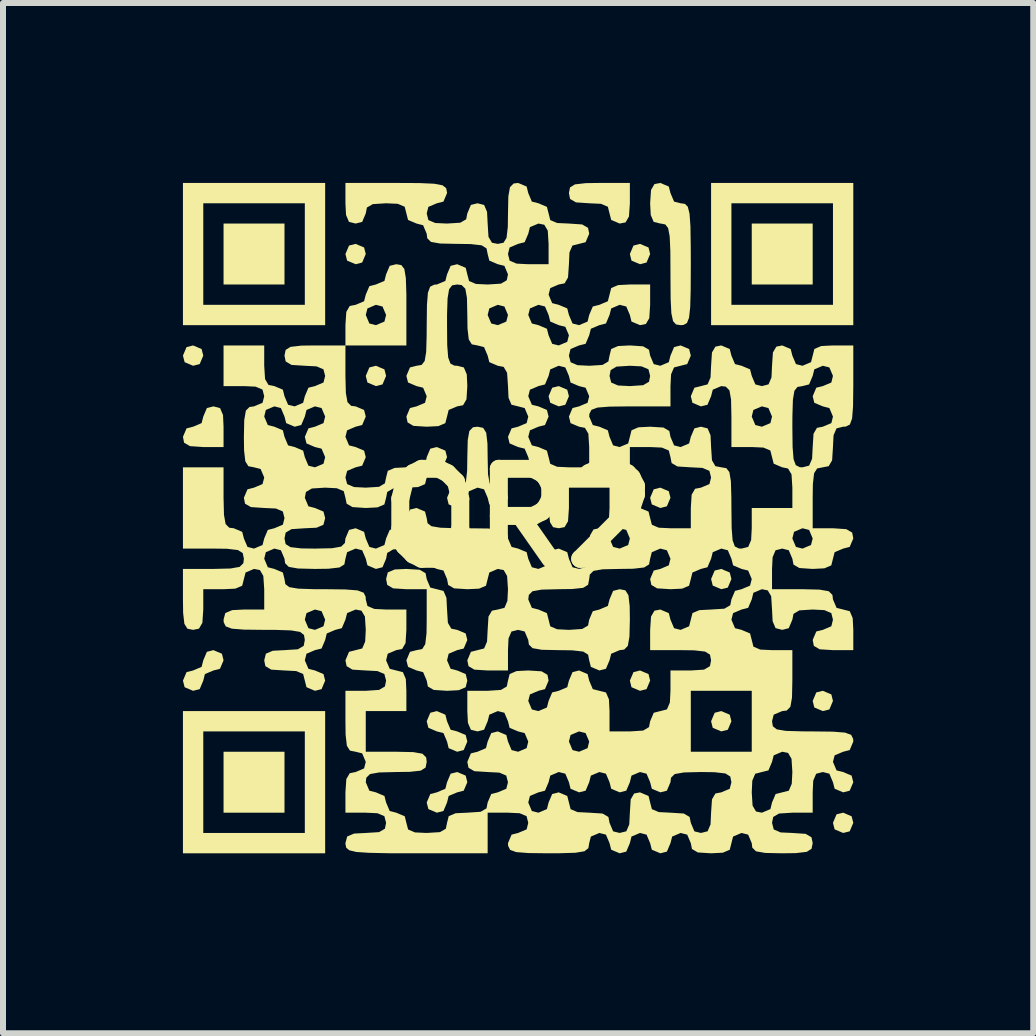
<source format=kicad_pcb>
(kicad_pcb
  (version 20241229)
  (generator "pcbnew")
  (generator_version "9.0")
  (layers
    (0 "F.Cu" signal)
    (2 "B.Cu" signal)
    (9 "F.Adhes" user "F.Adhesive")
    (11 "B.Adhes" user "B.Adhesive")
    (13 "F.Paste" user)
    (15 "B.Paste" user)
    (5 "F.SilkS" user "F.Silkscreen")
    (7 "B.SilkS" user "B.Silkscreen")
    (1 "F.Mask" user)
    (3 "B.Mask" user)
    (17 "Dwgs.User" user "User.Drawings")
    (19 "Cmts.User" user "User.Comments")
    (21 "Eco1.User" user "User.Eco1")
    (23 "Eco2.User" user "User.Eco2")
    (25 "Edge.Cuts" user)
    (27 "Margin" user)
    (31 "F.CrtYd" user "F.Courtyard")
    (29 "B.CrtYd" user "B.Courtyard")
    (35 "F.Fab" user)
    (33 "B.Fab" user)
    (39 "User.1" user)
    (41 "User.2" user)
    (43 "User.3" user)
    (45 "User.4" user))
  (footprint "QR2"
    (layer "F.Cu")
    (at 5.588 5.588)
    (property "Reference" "QR2" (at 0 0 0) (layer "F.SilkS") (effects (font (size 1.5 1.5) (thickness 0.3))))
    (attr board_only exclude_from_pos_files exclude_from_bom)
    (fp_poly (pts (xy -5.277 -2.819) (xy -5.249 -2.709) (xy -5.309 -2.568) (xy -5.419 -2.54) (xy -5.56 -2.6) (xy -5.588 -2.709) (xy -5.528 -2.851) (xy -5.419 -2.879)) (stroke (width 0) (type solid)) (fill yes) (layer "F.SilkS"))
    (fp_poly (pts (xy -3.895 -4.403) (xy -3.895 -3.895) (xy -4.403 -3.895) (xy -4.911 -3.895) (xy -4.911 -4.403) (xy -4.911 -4.911) (xy -4.403 -4.911) (xy -3.895 -4.911)) (stroke (width 0) (type solid)) (fill yes) (layer "F.SilkS"))
    (fp_poly (pts (xy -3.895 4.403) (xy -3.895 4.911) (xy -4.403 4.911) (xy -4.911 4.911) (xy -4.911 4.403) (xy -4.911 3.895) (xy -4.403 3.895) (xy -3.895 3.895)) (stroke (width 0) (type solid)) (fill yes) (layer "F.SilkS"))
    (fp_poly (pts (xy -2.568 -4.512) (xy -2.54 -4.403) (xy -2.6 -4.261) (xy -2.709 -4.233) (xy -2.851 -4.293) (xy -2.879 -4.403) (xy -2.819 -4.544) (xy -2.709 -4.572)) (stroke (width 0) (type solid)) (fill yes) (layer "F.SilkS"))
    (fp_poly (pts (xy -2.229 -2.48) (xy -2.201 -2.371) (xy -2.261 -2.229) (xy -2.371 -2.201) (xy -2.512 -2.261) (xy -2.54 -2.371) (xy -2.48 -2.512) (xy -2.371 -2.54)) (stroke (width 0) (type solid)) (fill yes) (layer "F.SilkS"))
    (fp_poly (pts (xy 0.819 -2.141) (xy 0.847 -2.032) (xy 0.787 -1.89) (xy 0.677 -1.863) (xy 0.536 -1.923) (xy 0.508 -2.032) (xy 0.568 -2.174) (xy 0.677 -2.201)) (stroke (width 0) (type solid)) (fill yes) (layer "F.SilkS"))
    (fp_poly (pts (xy 2.174 -4.512) (xy 2.201 -4.403) (xy 2.141 -4.261) (xy 2.032 -4.233) (xy 1.89 -4.293) (xy 1.863 -4.403) (xy 1.923 -4.544) (xy 2.032 -4.572)) (stroke (width 0) (type solid)) (fill yes) (layer "F.SilkS"))
    (fp_poly (pts (xy 2.174 2.6) (xy 2.201 2.709) (xy 2.141 2.851) (xy 2.032 2.879) (xy 1.89 2.819) (xy 1.863 2.709) (xy 1.923 2.568) (xy 2.032 2.54)) (stroke (width 0) (type solid)) (fill yes) (layer "F.SilkS"))
    (fp_poly (pts (xy 2.512 -0.448) (xy 2.54 -0.339) (xy 2.48 -0.197) (xy 2.371 -0.169) (xy 2.229 -0.229) (xy 2.201 -0.339) (xy 2.261 -0.48) (xy 2.371 -0.508)) (stroke (width 0) (type solid)) (fill yes) (layer "F.SilkS"))
    (fp_poly (pts (xy 3.528 0.907) (xy 3.556 1.016) (xy 3.496 1.158) (xy 3.387 1.185) (xy 3.245 1.125) (xy 3.217 1.016) (xy 3.277 0.874) (xy 3.387 0.847)) (stroke (width 0) (type solid)) (fill yes) (layer "F.SilkS"))
    (fp_poly (pts (xy 3.528 3.277) (xy 3.556 3.387) (xy 3.496 3.528) (xy 3.387 3.556) (xy 3.245 3.496) (xy 3.217 3.387) (xy 3.277 3.245) (xy 3.387 3.217)) (stroke (width 0) (type solid)) (fill yes) (layer "F.SilkS"))
    (fp_poly (pts (xy 4.911 -4.403) (xy 4.911 -3.895) (xy 4.403 -3.895) (xy 3.895 -3.895) (xy 3.895 -4.403) (xy 3.895 -4.911) (xy 4.403 -4.911) (xy 4.911 -4.911)) (stroke (width 0) (type solid)) (fill yes) (layer "F.SilkS"))
    (fp_poly (pts (xy 5.222 2.939) (xy 5.249 3.048) (xy 5.189 3.19) (xy 5.08 3.217) (xy 4.938 3.157) (xy 4.911 3.048) (xy 4.971 2.906) (xy 5.08 2.879)) (stroke (width 0) (type solid)) (fill yes) (layer "F.SilkS"))
    (fp_poly (pts (xy 5.56 4.971) (xy 5.588 5.08) (xy 5.528 5.222) (xy 5.419 5.249) (xy 5.277 5.189) (xy 5.249 5.08) (xy 5.309 4.938) (xy 5.419 4.911)) (stroke (width 0) (type solid)) (fill yes) (layer "F.SilkS"))
    (fp_poly (pts (xy -4.969 -1.834) (xy -4.92 -1.719) (xy -4.911 -1.524) (xy -4.911 -1.185) (xy -5.249 -1.185) (xy -5.471 -1.2) (xy -5.569 -1.257) (xy -5.588 -1.355) (xy -5.528 -1.496) (xy -5.419 -1.524) (xy -5.277 -1.584) (xy -5.249 -1.693) (xy -5.189 -1.835) (xy -5.08 -1.863)) (stroke (width 0) (type solid)) (fill yes) (layer "F.SilkS"))
    (fp_poly (pts (xy -4.938 2.261) (xy -4.911 2.371) (xy -4.971 2.512) (xy -5.08 2.54) (xy -5.222 2.6) (xy -5.249 2.709) (xy -5.309 2.851) (xy -5.419 2.879) (xy -5.56 2.819) (xy -5.588 2.709) (xy -5.528 2.568) (xy -5.419 2.54) (xy -5.277 2.48) (xy -5.249 2.371) (xy -5.189 2.229) (xy -5.08 2.201)) (stroke (width 0) (type solid)) (fill yes) (layer "F.SilkS"))
    (fp_poly (pts (xy -1.213 3.277) (xy -1.185 3.387) (xy -1.125 3.528) (xy -1.016 3.556) (xy -0.874 3.616) (xy -0.847 3.725) (xy -0.907 3.867) (xy -1.016 3.895) (xy -1.158 3.835) (xy -1.185 3.725) (xy -1.245 3.584) (xy -1.355 3.556) (xy -1.496 3.496) (xy -1.524 3.387) (xy -1.464 3.245) (xy -1.355 3.217)) (stroke (width 0) (type solid)) (fill yes) (layer "F.SilkS"))
    (fp_poly (pts (xy -0.874 4.293) (xy -0.847 4.403) (xy -0.907 4.544) (xy -1.016 4.572) (xy -1.158 4.632) (xy -1.185 4.741) (xy -1.245 4.883) (xy -1.355 4.911) (xy -1.496 4.851) (xy -1.524 4.741) (xy -1.464 4.6) (xy -1.355 4.572) (xy -1.213 4.512) (xy -1.185 4.403) (xy -1.125 4.261) (xy -1.016 4.233)) (stroke (width 0) (type solid)) (fill yes) (layer "F.SilkS"))
    (fp_poly (pts (xy 1.863 -5.249) (xy 1.848 -5.028) (xy 1.791 -4.93) (xy 1.693 -4.911) (xy 1.552 -4.971) (xy 1.524 -5.08) (xy 1.496 -5.191) (xy 1.381 -5.24) (xy 1.185 -5.249) (xy 0.964 -5.264) (xy 0.866 -5.321) (xy 0.847 -5.419) (xy 0.865 -5.513) (xy 0.947 -5.564) (xy 1.13 -5.585) (xy 1.355 -5.588) (xy 1.863 -5.588)) (stroke (width 0) (type solid)) (fill yes) (layer "F.SilkS"))
    (fp_poly (pts (xy -3.217 -4.403) (xy -3.217 -3.217) (xy -4.403 -3.217) (xy -5.588 -3.217) (xy -5.588 -4.403) (xy -5.588 -5.249) (xy -5.249 -5.249) (xy -5.249 -4.403) (xy -5.249 -3.556) (xy -4.403 -3.556) (xy -3.556 -3.556) (xy -3.556 -4.403) (xy -3.556 -5.249) (xy -4.403 -5.249) (xy -5.249 -5.249) (xy -5.588 -5.249) (xy -5.588 -5.588) (xy -4.403 -5.588) (xy -3.217 -5.588)) (stroke (width 0) (type solid)) (fill yes) (layer "F.SilkS"))
    (fp_poly (pts (xy -3.217 4.403) (xy -3.217 5.588) (xy -4.403 5.588) (xy -5.588 5.588) (xy -5.588 4.403) (xy -5.588 3.556) (xy -5.249 3.556) (xy -5.249 4.403) (xy -5.249 5.249) (xy -4.403 5.249) (xy -3.556 5.249) (xy -3.556 4.403) (xy -3.556 3.556) (xy -4.403 3.556) (xy -5.249 3.556) (xy -5.588 3.556) (xy -5.588 3.217) (xy -4.403 3.217) (xy -3.217 3.217)) (stroke (width 0) (type solid)) (fill yes) (layer "F.SilkS"))
    (fp_poly (pts (xy 5.588 -4.403) (xy 5.588 -3.217) (xy 4.403 -3.217) (xy 3.217 -3.217) (xy 3.217 -4.403) (xy 3.217 -5.249) (xy 3.556 -5.249) (xy 3.556 -4.403) (xy 3.556 -3.556) (xy 4.403 -3.556) (xy 5.249 -3.556) (xy 5.249 -4.403) (xy 5.249 -5.249) (xy 4.403 -5.249) (xy 3.556 -5.249) (xy 3.217 -5.249) (xy 3.217 -5.588) (xy 4.403 -5.588) (xy 5.588 -5.588)) (stroke (width 0) (type solid)) (fill yes) (layer "F.SilkS"))
    (fp_poly (pts (xy -0.583 -1.505) (xy -0.532 -1.424) (xy -0.511 -1.241) (xy -0.508 -1.016) (xy -0.502 -0.732) (xy -0.475 -0.579) (xy -0.414 -0.517) (xy -0.339 -0.508) (xy -0.197 -0.448) (xy -0.169 -0.339) (xy -0.229 -0.197) (xy -0.339 -0.169) (xy -0.48 -0.229) (xy -0.508 -0.339) (xy -0.568 -0.48) (xy -0.677 -0.508) (xy -0.819 -0.448) (xy -0.847 -0.339) (xy -0.907 -0.197) (xy -1.016 -0.169) (xy -1.158 -0.229) (xy -1.185 -0.339) (xy -1.125 -0.48) (xy -1.016 -0.508) (xy -0.921 -0.527) (xy -0.87 -0.608) (xy -0.85 -0.791) (xy -0.847 -1.016) (xy -0.84 -1.3) (xy -0.813 -1.453) (xy -0.752 -1.515) (xy -0.677 -1.524)) (stroke (width 0) (type solid)) (fill yes) (layer "F.SilkS"))
    (fp_poly (pts (xy 2.512 -5.528) (xy 2.54 -5.419) (xy 2.6 -5.277) (xy 2.709 -5.249) (xy 2.781 -5.239) (xy 2.829 -5.191) (xy 2.858 -5.075) (xy 2.873 -4.865) (xy 2.878 -4.532) (xy 2.879 -4.233) (xy 2.877 -3.804) (xy 2.869 -3.517) (xy 2.85 -3.342) (xy 2.815 -3.253) (xy 2.759 -3.221) (xy 2.709 -3.217) (xy 2.632 -3.229) (xy 2.583 -3.284) (xy 2.555 -3.414) (xy 2.543 -3.648) (xy 2.54 -4.019) (xy 2.54 -4.064) (xy 2.538 -4.449) (xy 2.527 -4.696) (xy 2.501 -4.835) (xy 2.454 -4.896) (xy 2.38 -4.911) (xy 2.371 -4.911) (xy 2.26 -4.939) (xy 2.211 -5.054) (xy 2.201 -5.249) (xy 2.216 -5.471) (xy 2.273 -5.569) (xy 2.371 -5.588)) (stroke (width 0) (type solid)) (fill yes) (layer "F.SilkS"))
    (fp_poly (pts (xy -1.641 0.861) (xy -1.543 0.918) (xy -1.524 1.016) (xy -1.464 1.158) (xy -1.355 1.185) (xy -1.244 1.214) (xy -1.195 1.329) (xy -1.185 1.524) (xy -1.171 1.746) (xy -1.114 1.843) (xy -1.016 1.863) (xy -0.874 1.923) (xy -0.847 2.032) (xy -0.907 2.174) (xy -1.016 2.201) (xy -1.158 2.261) (xy -1.185 2.371) (xy -1.125 2.512) (xy -1.016 2.54) (xy -0.874 2.6) (xy -0.847 2.709) (xy -0.875 2.82) (xy -0.99 2.869) (xy -1.185 2.879) (xy -1.407 2.864) (xy -1.505 2.807) (xy -1.524 2.709) (xy -1.584 2.568) (xy -1.693 2.54) (xy -1.835 2.48) (xy -1.863 2.371) (xy -1.803 2.229) (xy -1.693 2.201) (xy -1.599 2.183) (xy -1.548 2.101) (xy -1.527 1.918) (xy -1.524 1.693) (xy -1.524 1.185) (xy -1.863 1.185) (xy -2.084 1.171) (xy -2.182 1.114) (xy -2.201 1.016) (xy -2.173 0.905) (xy -2.058 0.856) (xy -1.863 0.847)) (stroke (width 0) (type solid)) (fill yes) (layer "F.SilkS"))
    (fp_poly (pts (xy -1.647 -5.586) (xy -1.4 -5.575) (xy -1.261 -5.549) (xy -1.2 -5.502) (xy -1.185 -5.428) (xy -1.185 -5.419) (xy -1.245 -5.277) (xy -1.355 -5.249) (xy -1.496 -5.189) (xy -1.524 -5.08) (xy -1.496 -4.969) (xy -1.381 -4.92) (xy -1.185 -4.911) (xy -0.964 -4.925) (xy -0.866 -4.982) (xy -0.847 -5.08) (xy -0.787 -5.222) (xy -0.677 -5.249) (xy -0.567 -5.221) (xy -0.518 -5.106) (xy -0.508 -4.911) (xy -0.494 -4.689) (xy -0.436 -4.591) (xy -0.339 -4.572) (xy -0.244 -4.591) (xy -0.193 -4.672) (xy -0.172 -4.855) (xy -0.169 -5.08) (xy -0.163 -5.364) (xy -0.136 -5.517) (xy -0.075 -5.579) (xy 0 -5.588) (xy 0.142 -5.528) (xy 0.169 -5.419) (xy 0.229 -5.277) (xy 0.339 -5.249) (xy 0.48 -5.189) (xy 0.508 -5.08) (xy 0.536 -4.969) (xy 0.651 -4.92) (xy 0.847 -4.911) (xy 1.068 -4.896) (xy 1.166 -4.839) (xy 1.185 -4.741) (xy 1.125 -4.6) (xy 1.016 -4.572) (xy 0.905 -4.544) (xy 0.856 -4.429) (xy 0.847 -4.233) (xy 0.832 -4.012) (xy 0.775 -3.914) (xy 0.677 -3.895) (xy 0.536 -3.835) (xy 0.508 -3.725) (xy 0.568 -3.584) (xy 0.677 -3.556) (xy 0.819 -3.496) (xy 0.847 -3.387) (xy 0.907 -3.245) (xy 1.016 -3.217) (xy 1.158 -3.277) (xy 1.185 -3.387) (xy 1.245 -3.528) (xy 1.355 -3.556) (xy 1.496 -3.616) (xy 1.524 -3.725) (xy 1.552 -3.836) (xy 1.667 -3.885) (xy 1.863 -3.895) (xy 2.201 -3.895) (xy 2.201 -3.556) (xy 2.187 -3.334) (xy 2.13 -3.237) (xy 2.032 -3.217) (xy 1.89 -3.277) (xy 1.863 -3.387) (xy 1.803 -3.528) (xy 1.693 -3.556) (xy 1.552 -3.496) (xy 1.524 -3.387) (xy 1.464 -3.245) (xy 1.355 -3.217) (xy 1.213 -3.157) (xy 1.185 -3.048) (xy 1.125 -2.906) (xy 1.016 -2.879) (xy 0.874 -2.819) (xy 0.847 -2.709) (xy 0.875 -2.599) (xy 0.99 -2.55) (xy 1.185 -2.54) (xy 1.407 -2.554) (xy 1.505 -2.612) (xy 1.524 -2.709) (xy 1.552 -2.82) (xy 1.667 -2.869) (xy 1.863 -2.879) (xy 2.084 -2.864) (xy 2.182 -2.807) (xy 2.201 -2.709) (xy 2.261 -2.568) (xy 2.371 -2.54) (xy 2.512 -2.6) (xy 2.54 -2.709) (xy 2.6 -2.851) (xy 2.709 -2.879) (xy 2.851 -2.819) (xy 2.879 -2.709) (xy 2.819 -2.568) (xy 2.709 -2.54) (xy 2.599 -2.512) (xy 2.55 -2.397) (xy 2.54 -2.201) (xy 2.54 -1.863) (xy 1.863 -1.863) (xy 1.525 -1.859) (xy 1.323 -1.843) (xy 1.222 -1.805) (xy 1.188 -1.738) (xy 1.185 -1.693) (xy 1.245 -1.552) (xy 1.355 -1.524) (xy 1.496 -1.464) (xy 1.524 -1.355) (xy 1.584 -1.213) (xy 1.693 -1.185) (xy 1.863 -1.185) (xy 1.863 -0.677) (xy 1.869 -0.394) (xy 1.896 -0.24) (xy 1.957 -0.179) (xy 2.032 -0.169) (xy 2.174 -0.109) (xy 2.201 0) (xy 2.23 0.111) (xy 2.345 0.16) (xy 2.54 0.169) (xy 2.879 0.169) (xy 2.879 -0.169) (xy 2.893 -0.391) (xy 2.95 -0.489) (xy 3.048 -0.508) (xy 3.19 -0.568) (xy 3.217 -0.677) (xy 3.189 -0.788) (xy 3.074 -0.837) (xy 2.879 -0.847) (xy 2.657 -0.861) (xy 2.559 -0.918) (xy 2.54 -1.016) (xy 2.512 -1.127) (xy 2.397 -1.176) (xy 2.201 -1.185) (xy 1.863 -1.185) (xy 1.693 -1.185) (xy 1.835 -1.245) (xy 1.863 -1.355) (xy 1.891 -1.465) (xy 2.006 -1.514) (xy 2.201 -1.524) (xy 2.423 -1.51) (xy 2.521 -1.452) (xy 2.54 -1.355) (xy 2.6 -1.213) (xy 2.709 -1.185) (xy 2.851 -1.245) (xy 2.879 -1.355) (xy 2.939 -1.496) (xy 3.048 -1.524) (xy 3.159 -1.496) (xy 3.208 -1.381) (xy 3.217 -1.185) (xy 3.232 -0.964) (xy 3.289 -0.866) (xy 3.387 -0.847) (xy 3.471 -0.833) (xy 3.522 -0.767) (xy 3.547 -0.617) (xy 3.555 -0.348) (xy 3.556 -0.169) (xy 3.56 0.168) (xy 3.576 0.37) (xy 3.613 0.472) (xy 3.681 0.506) (xy 3.725 0.508) (xy 3.836 0.48) (xy 3.885 0.365) (xy 3.886 0.339) (xy 4.572 0.339) (xy 4.632 0.48) (xy 4.741 0.508) (xy 4.883 0.448) (xy 4.911 0.339) (xy 4.851 0.197) (xy 4.741 0.169) (xy 4.6 0.229) (xy 4.572 0.339) (xy 3.886 0.339) (xy 3.895 0.169) (xy 3.895 -0.169) (xy 4.233 -0.169) (xy 4.572 -0.169) (xy 4.572 -0.508) (xy 4.558 -0.73) (xy 4.5 -0.827) (xy 4.403 -0.847) (xy 4.261 -0.907) (xy 4.233 -1.016) (xy 4.205 -1.127) (xy 4.09 -1.176) (xy 3.895 -1.185) (xy 3.556 -1.185) (xy 3.556 -1.693) (xy 3.895 -1.693) (xy 3.955 -1.552) (xy 4.064 -1.524) (xy 4.572 -1.524) (xy 4.576 -1.187) (xy 4.592 -0.984) (xy 4.629 -0.883) (xy 4.697 -0.849) (xy 4.741 -0.847) (xy 4.852 -0.875) (xy 4.901 -0.99) (xy 4.911 -1.185) (xy 4.925 -1.407) (xy 4.982 -1.505) (xy 5.08 -1.524) (xy 5.222 -1.584) (xy 5.249 -1.693) (xy 5.189 -1.835) (xy 5.08 -1.863) (xy 4.938 -1.923) (xy 4.911 -2.032) (xy 4.971 -2.174) (xy 5.08 -2.201) (xy 5.222 -2.261) (xy 5.249 -2.371) (xy 5.189 -2.512) (xy 5.08 -2.54) (xy 4.938 -2.48) (xy 4.911 -2.371) (xy 4.851 -2.229) (xy 4.741 -2.201) (xy 4.657 -2.187) (xy 4.606 -2.122) (xy 4.581 -1.972) (xy 4.573 -1.703) (xy 4.572 -1.524) (xy 4.064 -1.524) (xy 4.206 -1.584) (xy 4.233 -1.693) (xy 4.173 -1.835) (xy 4.064 -1.863) (xy 3.922 -1.803) (xy 3.895 -1.693) (xy 3.556 -1.693) (xy 3.55 -1.977) (xy 3.523 -2.13) (xy 3.462 -2.192) (xy 3.387 -2.201) (xy 3.245 -2.141) (xy 3.217 -2.032) (xy 3.157 -1.89) (xy 3.048 -1.863) (xy 2.906 -1.923) (xy 2.879 -2.032) (xy 2.939 -2.174) (xy 3.048 -2.201) (xy 3.159 -2.23) (xy 3.208 -2.345) (xy 3.217 -2.54) (xy 3.232 -2.762) (xy 3.289 -2.859) (xy 3.387 -2.879) (xy 3.528 -2.819) (xy 3.556 -2.709) (xy 3.616 -2.568) (xy 3.725 -2.54) (xy 3.867 -2.48) (xy 3.895 -2.371) (xy 3.955 -2.229) (xy 4.064 -2.201) (xy 4.175 -2.23) (xy 4.224 -2.345) (xy 4.233 -2.54) (xy 4.248 -2.762) (xy 4.305 -2.859) (xy 4.403 -2.879) (xy 4.544 -2.819) (xy 4.572 -2.709) (xy 4.632 -2.568) (xy 4.741 -2.54) (xy 4.883 -2.6) (xy 4.911 -2.709) (xy 4.939 -2.82) (xy 5.054 -2.869) (xy 5.249 -2.879) (xy 5.588 -2.879) (xy 5.588 -2.201) (xy 5.584 -1.864) (xy 5.568 -1.662) (xy 5.531 -1.56) (xy 5.463 -1.526) (xy 5.419 -1.524) (xy 5.308 -1.496) (xy 5.259 -1.381) (xy 5.249 -1.185) (xy 5.235 -0.964) (xy 5.178 -0.866) (xy 5.08 -0.847) (xy 4.985 -0.828) (xy 4.934 -0.747) (xy 4.914 -0.564) (xy 4.911 -0.339) (xy 4.911 0.169) (xy 5.249 0.169) (xy 5.471 0.184) (xy 5.569 0.241) (xy 5.588 0.339) (xy 5.528 0.48) (xy 5.419 0.508) (xy 5.277 0.568) (xy 5.249 0.677) (xy 5.221 0.788) (xy 5.106 0.837) (xy 4.911 0.847) (xy 4.689 0.832) (xy 4.591 0.775) (xy 4.572 0.677) (xy 4.512 0.536) (xy 4.403 0.508) (xy 4.292 0.536) (xy 4.243 0.651) (xy 4.233 0.847) (xy 4.233 1.185) (xy 4.741 1.185) (xy 5.025 1.192) (xy 5.178 1.219) (xy 5.24 1.28) (xy 5.249 1.355) (xy 5.309 1.496) (xy 5.419 1.524) (xy 5.529 1.552) (xy 5.578 1.667) (xy 5.588 1.863) (xy 5.588 2.201) (xy 5.249 2.201) (xy 5.028 2.187) (xy 4.93 2.13) (xy 4.911 2.032) (xy 4.971 1.89) (xy 5.08 1.863) (xy 5.222 1.803) (xy 5.249 1.693) (xy 5.221 1.583) (xy 5.106 1.534) (xy 4.911 1.524) (xy 4.689 1.538) (xy 4.591 1.596) (xy 4.572 1.693) (xy 4.512 1.835) (xy 4.403 1.863) (xy 4.292 1.834) (xy 4.243 1.719) (xy 4.233 1.524) (xy 4.219 1.302) (xy 4.162 1.205) (xy 4.064 1.185) (xy 3.922 1.245) (xy 3.895 1.355) (xy 3.835 1.496) (xy 3.725 1.524) (xy 3.584 1.584) (xy 3.556 1.693) (xy 3.616 1.835) (xy 3.725 1.863) (xy 3.867 1.923) (xy 3.895 2.032) (xy 3.923 2.143) (xy 4.038 2.192) (xy 4.233 2.201) (xy 4.572 2.201) (xy 4.572 2.709) (xy 4.566 2.993) (xy 4.539 3.146) (xy 4.478 3.208) (xy 4.403 3.217) (xy 4.261 3.277) (xy 4.233 3.387) (xy 4.247 3.471) (xy 4.313 3.522) (xy 4.463 3.547) (xy 4.732 3.555) (xy 4.911 3.556) (xy 5.248 3.56) (xy 5.45 3.576) (xy 5.552 3.613) (xy 5.586 3.681) (xy 5.588 3.725) (xy 5.528 3.867) (xy 5.419 3.895) (xy 5.277 3.955) (xy 5.249 4.064) (xy 5.309 4.206) (xy 5.419 4.233) (xy 5.56 4.293) (xy 5.588 4.403) (xy 5.528 4.544) (xy 5.419 4.572) (xy 5.277 4.512) (xy 5.249 4.403) (xy 5.189 4.261) (xy 5.08 4.233) (xy 4.969 4.262) (xy 4.92 4.377) (xy 4.911 4.572) (xy 4.911 4.911) (xy 4.572 4.911) (xy 4.35 4.925) (xy 4.253 4.982) (xy 4.233 5.08) (xy 4.262 5.191) (xy 4.377 5.24) (xy 4.572 5.249) (xy 4.794 5.264) (xy 4.891 5.321) (xy 4.911 5.419) (xy 4.892 5.513) (xy 4.811 5.564) (xy 4.628 5.585) (xy 4.403 5.588) (xy 4.119 5.582) (xy 3.966 5.555) (xy 3.904 5.494) (xy 3.895 5.419) (xy 3.835 5.277) (xy 3.725 5.249) (xy 3.584 5.309) (xy 3.556 5.419) (xy 3.528 5.529) (xy 3.413 5.578) (xy 3.217 5.588) (xy 2.996 5.574) (xy 2.898 5.516) (xy 2.879 5.419) (xy 2.819 5.277) (xy 2.709 5.249) (xy 2.568 5.309) (xy 2.54 5.419) (xy 2.48 5.56) (xy 2.371 5.588) (xy 2.229 5.528) (xy 2.201 5.419) (xy 2.141 5.277) (xy 2.032 5.249) (xy 1.89 5.309) (xy 1.863 5.419) (xy 1.803 5.56) (xy 1.693 5.588) (xy 1.552 5.528) (xy 1.524 5.419) (xy 1.464 5.277) (xy 1.355 5.249) (xy 1.213 5.309) (xy 1.185 5.419) (xy 1.171 5.503) (xy 1.106 5.554) (xy 0.956 5.579) (xy 0.687 5.587) (xy 0.508 5.588) (xy 0.171 5.584) (xy -0.032 5.568) (xy -0.133 5.531) (xy -0.167 5.463) (xy -0.169 5.419) (xy -0.109 5.277) (xy 0 5.249) (xy 0.142 5.189) (xy 0.169 5.08) (xy 0.141 4.969) (xy 0.026 4.92) (xy -0.169 4.911) (xy -0.508 4.911) (xy -0.508 5.249) (xy -0.508 5.588) (xy -1.693 5.588) (xy -2.162 5.587) (xy -2.488 5.58) (xy -2.697 5.566) (xy -2.814 5.538) (xy -2.866 5.495) (xy -2.879 5.431) (xy -2.879 5.419) (xy -2.85 5.308) (xy -2.735 5.259) (xy -2.54 5.249) (xy -2.318 5.235) (xy -2.221 5.178) (xy -2.201 5.08) (xy -2.23 4.969) (xy -2.345 4.92) (xy -2.54 4.911) (xy -2.879 4.911) (xy -2.879 4.572) (xy -2.864 4.35) (xy -2.807 4.253) (xy -2.709 4.233) (xy -2.568 4.173) (xy -2.54 4.064) (xy -2.6 3.922) (xy -2.709 3.895) (xy -2.804 3.876) (xy -2.855 3.795) (xy -2.876 3.612) (xy -2.879 3.387) (xy -2.879 2.879) (xy -2.54 2.879) (xy -2.318 2.864) (xy -2.221 2.807) (xy -2.201 2.709) (xy -2.23 2.599) (xy -2.345 2.55) (xy -2.54 2.54) (xy -2.762 2.526) (xy -2.859 2.468) (xy -2.879 2.371) (xy -2.819 2.229) (xy -2.709 2.201) (xy -2.599 2.173) (xy -2.55 2.058) (xy -2.54 1.863) (xy -2.554 1.641) (xy -2.612 1.543) (xy -2.709 1.524) (xy -2.851 1.584) (xy -2.879 1.693) (xy -2.939 1.835) (xy -3.048 1.863) (xy -3.19 1.923) (xy -3.217 2.032) (xy -3.277 2.174) (xy -3.387 2.201) (xy -3.528 2.261) (xy -3.556 2.371) (xy -3.496 2.512) (xy -3.387 2.54) (xy -3.245 2.6) (xy -3.217 2.709) (xy -3.277 2.851) (xy -3.387 2.879) (xy -3.528 2.819) (xy -3.556 2.709) (xy -3.584 2.599) (xy -3.699 2.55) (xy -3.895 2.54) (xy -4.116 2.526) (xy -4.214 2.468) (xy -4.233 2.371) (xy -4.205 2.26) (xy -4.09 2.211) (xy -3.895 2.201) (xy -3.673 2.187) (xy -3.575 2.13) (xy -3.556 2.032) (xy -3.57 1.948) (xy -3.635 1.897) (xy -3.785 1.872) (xy -4.055 1.863) (xy -4.233 1.863) (xy -4.571 1.859) (xy -4.773 1.843) (xy -4.874 1.805) (xy -4.908 1.738) (xy -4.911 1.693) (xy -3.556 1.693) (xy -3.496 1.835) (xy -3.387 1.863) (xy -3.245 1.803) (xy -3.217 1.693) (xy -3.277 1.552) (xy -3.387 1.524) (xy -3.528 1.584) (xy -3.556 1.693) (xy -4.911 1.693) (xy -4.882 1.583) (xy -4.767 1.534) (xy -4.572 1.524) (xy -4.233 1.524) (xy -4.233 1.185) (xy -4.248 0.964) (xy -4.305 0.866) (xy -4.403 0.847) (xy -4.544 0.907) (xy -4.572 1.016) (xy -4.6 1.127) (xy -4.715 1.176) (xy -4.911 1.185) (xy -5.249 1.185) (xy -5.249 1.524) (xy -5.264 1.746) (xy -5.321 1.843) (xy -5.419 1.863) (xy -5.513 1.844) (xy -5.564 1.763) (xy -5.585 1.58) (xy -5.588 1.355) (xy -5.588 0.847) (xy -5.08 0.847) (xy -4.796 0.84) (xy -4.643 0.813) (xy -4.581 0.752) (xy -4.572 0.677) (xy -4.233 0.677) (xy -4.173 0.819) (xy -4.064 0.847) (xy -3.922 0.907) (xy -3.895 1.016) (xy -3.881 1.1) (xy -3.815 1.151) (xy -3.665 1.176) (xy -3.396 1.185) (xy -3.217 1.185) (xy -2.88 1.189) (xy -2.678 1.205) (xy -2.576 1.243) (xy -2.542 1.31) (xy -2.54 1.355) (xy -2.512 1.465) (xy -2.397 1.514) (xy -2.201 1.524) (xy -1.863 1.524) (xy -1.863 1.863) (xy -1.877 2.084) (xy -1.934 2.182) (xy -2.032 2.201) (xy -2.174 2.261) (xy -2.201 2.371) (xy -2.141 2.512) (xy -2.032 2.54) (xy -1.921 2.568) (xy -1.872 2.683) (xy -1.863 2.879) (xy -1.863 3.217) (xy -2.201 3.217) (xy -2.54 3.217) (xy -2.54 3.556) (xy -2.54 3.895) (xy -2.032 3.895) (xy -1.748 3.901) (xy -1.595 3.928) (xy -1.533 3.989) (xy -1.524 4.064) (xy -1.543 4.159) (xy -1.624 4.21) (xy -1.807 4.23) (xy -2.032 4.233) (xy -2.316 4.24) (xy -2.469 4.267) (xy -2.531 4.328) (xy -2.54 4.403) (xy -2.48 4.544) (xy -2.371 4.572) (xy -2.229 4.632) (xy -2.201 4.741) (xy -2.141 4.883) (xy -2.032 4.911) (xy -1.89 4.971) (xy -1.863 5.08) (xy -1.834 5.191) (xy -1.719 5.24) (xy -1.524 5.249) (xy -1.302 5.235) (xy -1.205 5.178) (xy -1.185 5.08) (xy -1.157 4.969) (xy -1.042 4.92) (xy -0.847 4.911) (xy -0.625 4.896) (xy -0.527 4.839) (xy -0.508 4.741) (xy 0.169 4.741) (xy 0.229 4.883) (xy 0.339 4.911) (xy 0.48 4.851) (xy 0.508 4.741) (xy 0.568 4.6) (xy 0.677 4.572) (xy 0.819 4.632) (xy 0.847 4.741) (xy 0.875 4.852) (xy 0.99 4.901) (xy 1.185 4.911) (xy 1.407 4.925) (xy 1.505 4.982) (xy 1.524 5.08) (xy 1.584 5.222) (xy 1.693 5.249) (xy 1.804 5.221) (xy 1.853 5.106) (xy 1.863 4.911) (xy 1.877 4.689) (xy 1.934 4.591) (xy 2.032 4.572) (xy 2.174 4.632) (xy 2.201 4.741) (xy 2.23 4.852) (xy 2.345 4.901) (xy 2.54 4.911) (xy 2.762 4.925) (xy 2.859 4.982) (xy 2.879 5.08) (xy 2.939 5.222) (xy 3.048 5.249) (xy 3.159 5.221) (xy 3.208 5.106) (xy 3.217 4.911) (xy 3.232 4.689) (xy 3.289 4.591) (xy 3.387 4.572) (xy 3.895 4.572) (xy 3.909 4.794) (xy 3.966 4.891) (xy 4.064 4.911) (xy 4.206 4.851) (xy 4.233 4.741) (xy 4.293 4.6) (xy 4.403 4.572) (xy 4.513 4.544) (xy 4.562 4.429) (xy 4.572 4.233) (xy 4.558 4.012) (xy 4.5 3.914) (xy 4.403 3.895) (xy 4.261 3.955) (xy 4.233 4.064) (xy 4.173 4.206) (xy 4.064 4.233) (xy 3.953 4.262) (xy 3.904 4.377) (xy 3.895 4.572) (xy 3.387 4.572) (xy 3.528 4.512) (xy 3.556 4.403) (xy 3.537 4.308) (xy 3.456 4.257) (xy 3.273 4.236) (xy 3.048 4.233) (xy 2.764 4.24) (xy 2.611 4.267) (xy 2.549 4.328) (xy 2.54 4.403) (xy 2.48 4.544) (xy 2.371 4.572) (xy 2.229 4.512) (xy 2.201 4.403) (xy 2.141 4.261) (xy 2.032 4.233) (xy 1.89 4.293) (xy 1.863 4.403) (xy 1.803 4.544) (xy 1.693 4.572) (xy 1.552 4.512) (xy 1.524 4.403) (xy 1.464 4.261) (xy 1.355 4.233) (xy 1.213 4.293) (xy 1.185 4.403) (xy 1.125 4.544) (xy 1.016 4.572) (xy 0.874 4.512) (xy 0.847 4.403) (xy 0.787 4.261) (xy 0.677 4.233) (xy 0.536 4.293) (xy 0.508 4.403) (xy 0.448 4.544) (xy 0.339 4.572) (xy 0.197 4.632) (xy 0.169 4.741) (xy -0.508 4.741) (xy -0.448 4.6) (xy -0.339 4.572) (xy -0.197 4.512) (xy -0.169 4.403) (xy -0.198 4.292) (xy -0.313 4.243) (xy -0.508 4.233) (xy -0.73 4.219) (xy -0.827 4.162) (xy -0.847 4.064) (xy -0.787 3.922) (xy -0.677 3.895) (xy -0.536 3.835) (xy -0.508 3.725) (xy -0.448 3.584) (xy -0.339 3.556) (xy -0.197 3.616) (xy -0.169 3.725) (xy -0.109 3.867) (xy 0 3.895) (xy 0.142 3.835) (xy 0.169 3.725) (xy 0.847 3.725) (xy 0.907 3.867) (xy 1.016 3.895) (xy 1.158 3.835) (xy 1.185 3.725) (xy 1.125 3.584) (xy 1.016 3.556) (xy 0.874 3.616) (xy 0.847 3.725) (xy 0.169 3.725) (xy 0.109 3.584) (xy 0 3.556) (xy -0.142 3.496) (xy -0.169 3.387) (xy -0.229 3.245) (xy -0.339 3.217) (xy -0.48 3.277) (xy -0.508 3.387) (xy -0.568 3.528) (xy -0.677 3.556) (xy -0.788 3.528) (xy -0.837 3.413) (xy -0.847 3.217) (xy -0.847 2.879) (xy -0.508 2.879) (xy -0.286 2.864) (xy -0.189 2.807) (xy -0.169 2.709) (xy -0.141 2.599) (xy -0.026 2.55) (xy 0.169 2.54) (xy 0.391 2.554) (xy 0.489 2.612) (xy 0.508 2.709) (xy 0.448 2.851) (xy 0.339 2.879) (xy 0.197 2.939) (xy 0.169 3.048) (xy 0.229 3.19) (xy 0.339 3.217) (xy 0.48 3.157) (xy 0.508 3.048) (xy 0.568 2.906) (xy 0.677 2.879) (xy 0.819 2.819) (xy 0.847 2.709) (xy 0.907 2.568) (xy 1.016 2.54) (xy 1.158 2.6) (xy 1.185 2.709) (xy 1.245 2.851) (xy 1.355 2.879) (xy 1.465 2.907) (xy 1.514 3.022) (xy 1.524 3.217) (xy 1.524 3.556) (xy 1.863 3.556) (xy 2.084 3.542) (xy 2.182 3.484) (xy 2.201 3.387) (xy 2.261 3.245) (xy 2.371 3.217) (xy 2.481 3.189) (xy 2.53 3.074) (xy 2.54 2.879) (xy 2.879 2.879) (xy 2.879 3.387) (xy 2.879 3.895) (xy 3.387 3.895) (xy 3.895 3.895) (xy 3.895 3.387) (xy 3.895 2.879) (xy 3.387 2.879) (xy 2.879 2.879) (xy 2.54 2.879) (xy 2.54 2.54) (xy 2.879 2.54) (xy 3.1 2.526) (xy 3.198 2.468) (xy 3.217 2.371) (xy 3.199 2.276) (xy 3.117 2.225) (xy 2.934 2.204) (xy 2.709 2.201) (xy 2.201 2.201) (xy 2.201 1.863) (xy 2.216 1.641) (xy 2.273 1.543) (xy 2.371 1.524) (xy 2.512 1.584) (xy 2.54 1.693) (xy 2.6 1.835) (xy 2.709 1.863) (xy 2.851 1.803) (xy 2.879 1.693) (xy 2.907 1.583) (xy 3.022 1.534) (xy 3.217 1.524) (xy 3.439 1.51) (xy 3.537 1.452) (xy 3.556 1.355) (xy 3.616 1.213) (xy 3.725 1.185) (xy 3.867 1.125) (xy 3.895 1.016) (xy 3.835 0.874) (xy 3.725 0.847) (xy 3.584 0.787) (xy 3.556 0.677) (xy 3.496 0.536) (xy 3.387 0.508) (xy 3.245 0.568) (xy 3.217 0.677) (xy 3.157 0.819) (xy 3.048 0.847) (xy 2.906 0.907) (xy 2.879 1.016) (xy 2.85 1.127) (xy 2.735 1.176) (xy 2.54 1.185) (xy 2.318 1.171) (xy 2.221 1.114) (xy 2.201 1.016) (xy 2.261 0.874) (xy 2.371 0.847) (xy 2.512 0.787) (xy 2.54 0.677) (xy 2.48 0.536) (xy 2.371 0.508) (xy 2.229 0.568) (xy 2.201 0.677) (xy 2.183 0.772) (xy 2.101 0.823) (xy 1.918 0.844) (xy 1.693 0.847) (xy 1.41 0.853) (xy 1.256 0.88) (xy 1.195 0.941) (xy 1.185 1.016) (xy 1.167 1.111) (xy 1.085 1.162) (xy 0.902 1.182) (xy 0.677 1.185) (xy 0.394 1.192) (xy 0.24 1.219) (xy 0.179 1.28) (xy 0.169 1.355) (xy 0.229 1.496) (xy 0.339 1.524) (xy 0.48 1.584) (xy 0.508 1.693) (xy 0.536 1.804) (xy 0.651 1.853) (xy 0.847 1.863) (xy 1.068 1.848) (xy 1.166 1.791) (xy 1.185 1.693) (xy 1.245 1.552) (xy 1.355 1.524) (xy 1.496 1.464) (xy 1.524 1.355) (xy 1.584 1.213) (xy 1.693 1.185) (xy 1.788 1.204) (xy 1.839 1.285) (xy 1.86 1.468) (xy 1.863 1.693) (xy 1.856 1.977) (xy 1.829 2.13) (xy 1.768 2.192) (xy 1.693 2.201) (xy 1.552 2.261) (xy 1.524 2.371) (xy 1.464 2.512) (xy 1.355 2.54) (xy 1.213 2.48) (xy 1.185 2.371) (xy 1.167 2.276) (xy 1.085 2.225) (xy 0.902 2.204) (xy 0.677 2.201) (xy 0.394 2.195) (xy 0.24 2.168) (xy 0.179 2.107) (xy 0.169 2.032) (xy 0.109 1.89) (xy 0 1.863) (xy -0.111 1.891) (xy -0.16 2.006) (xy -0.169 2.201) (xy -0.169 2.54) (xy -0.508 2.54) (xy -0.73 2.526) (xy -0.827 2.468) (xy -0.847 2.371) (xy -0.787 2.229) (xy -0.677 2.201) (xy -0.567 2.173) (xy -0.518 2.058) (xy -0.508 1.863) (xy -0.494 1.641) (xy -0.436 1.543) (xy -0.339 1.524) (xy -0.228 1.496) (xy -0.179 1.381) (xy -0.169 1.185) (xy -0.184 0.964) (xy -0.241 0.866) (xy -0.339 0.847) (xy -0.48 0.907) (xy -0.508 1.016) (xy -0.536 1.127) (xy -0.651 1.176) (xy -0.847 1.185) (xy -1.068 1.171) (xy -1.166 1.114) (xy -1.185 1.016) (xy -1.245 0.874) (xy -1.355 0.847) (xy -1.496 0.787) (xy -1.524 0.677) (xy -1.552 0.567) (xy -1.667 0.518) (xy -1.863 0.508) (xy -2.084 0.522) (xy -2.182 0.58) (xy -2.201 0.677) (xy -2.261 0.819) (xy -2.371 0.847) (xy -2.512 0.787) (xy -2.54 0.677) (xy -2.6 0.536) (xy -2.709 0.508) (xy -2.851 0.568) (xy -2.879 0.677) (xy -2.897 0.772) (xy -2.979 0.823) (xy -3.162 0.844) (xy -3.387 0.847) (xy -3.67 0.84) (xy -3.824 0.813) (xy -3.885 0.752) (xy -3.895 0.677) (xy -3.955 0.536) (xy -4.064 0.508) (xy -4.206 0.568) (xy -4.233 0.677) (xy -4.572 0.677) (xy -4.591 0.583) (xy -4.672 0.532) (xy -4.855 0.511) (xy -5.08 0.508) (xy -5.588 0.508) (xy -5.588 -0.169) (xy -5.588 -0.847) (xy -5.249 -0.847) (xy -4.911 -0.847) (xy -4.911 -0.339) (xy -4.904 -0.055) (xy -4.877 0.098) (xy -4.816 0.16) (xy -4.741 0.169) (xy -4.6 0.229) (xy -4.572 0.339) (xy -4.512 0.48) (xy -4.403 0.508) (xy -4.261 0.448) (xy -4.233 0.339) (xy -4.173 0.197) (xy -4.064 0.169) (xy -3.922 0.109) (xy -3.895 0) (xy -3.923 -0.111) (xy -4.038 -0.16) (xy -4.233 -0.169) (xy -4.455 -0.184) (xy -4.553 -0.241) (xy -4.572 -0.339) (xy -4.512 -0.48) (xy -4.403 -0.508) (xy -4.261 -0.568) (xy -4.233 -0.677) (xy -4.293 -0.819) (xy -4.403 -0.847) (xy -4.497 -0.865) (xy -4.548 -0.947) (xy -4.569 -1.13) (xy -4.572 -1.355) (xy -4.566 -1.638) (xy -4.556 -1.693) (xy -4.233 -1.693) (xy -4.173 -1.552) (xy -4.064 -1.524) (xy -3.922 -1.464) (xy -3.895 -1.355) (xy -3.835 -1.213) (xy -3.725 -1.185) (xy -3.584 -1.125) (xy -3.556 -1.016) (xy -3.496 -0.874) (xy -3.387 -0.847) (xy -3.245 -0.907) (xy -3.217 -1.016) (xy -3.277 -1.158) (xy -3.387 -1.185) (xy -3.528 -1.245) (xy -3.556 -1.355) (xy -3.496 -1.496) (xy -3.387 -1.524) (xy -3.245 -1.584) (xy -3.217 -1.693) (xy -3.277 -1.835) (xy -3.387 -1.863) (xy -3.528 -1.803) (xy -3.556 -1.693) (xy -3.616 -1.552) (xy -3.725 -1.524) (xy -3.867 -1.584) (xy -3.895 -1.693) (xy -3.955 -1.835) (xy -4.064 -1.863) (xy -4.206 -1.803) (xy -4.233 -1.693) (xy -4.556 -1.693) (xy -4.539 -1.792) (xy -4.478 -1.853) (xy -4.403 -1.863) (xy -4.261 -1.923) (xy -4.233 -2.032) (xy -4.262 -2.143) (xy -4.377 -2.192) (xy -4.572 -2.201) (xy -4.911 -2.201) (xy -4.911 -2.54) (xy -4.911 -2.879) (xy -4.572 -2.879) (xy -4.233 -2.879) (xy -4.233 -2.54) (xy -4.219 -2.318) (xy -4.162 -2.221) (xy -4.064 -2.201) (xy -3.922 -2.141) (xy -3.895 -2.032) (xy -3.835 -1.89) (xy -3.725 -1.863) (xy -3.584 -1.923) (xy -3.556 -2.032) (xy -3.496 -2.174) (xy -3.387 -2.201) (xy -3.245 -2.261) (xy -3.217 -2.371) (xy -3.246 -2.481) (xy -3.361 -2.53) (xy -3.556 -2.54) (xy -3.778 -2.554) (xy -3.875 -2.612) (xy -3.895 -2.709) (xy -3.876 -2.804) (xy -3.795 -2.855) (xy -3.612 -2.876) (xy -3.387 -2.879) (xy -2.879 -2.879) (xy -2.879 -3.217) (xy -2.868 -3.387) (xy -2.54 -3.387) (xy -2.48 -3.245) (xy -2.371 -3.217) (xy -2.229 -3.277) (xy -2.201 -3.387) (xy -2.261 -3.528) (xy -2.371 -3.556) (xy -2.512 -3.496) (xy -2.54 -3.387) (xy -2.868 -3.387) (xy -2.864 -3.439) (xy -2.807 -3.537) (xy -2.709 -3.556) (xy -2.568 -3.616) (xy -2.54 -3.725) (xy -2.48 -3.867) (xy -2.371 -3.895) (xy -2.229 -3.955) (xy -2.201 -4.064) (xy -2.141 -4.206) (xy -2.032 -4.233) (xy -1.948 -4.219) (xy -1.897 -4.154) (xy -1.872 -4.004) (xy -1.863 -3.735) (xy -1.863 -3.556) (xy -1.863 -2.879) (xy -2.371 -2.879) (xy -2.879 -2.879) (xy -2.879 -2.371) (xy -2.872 -2.087) (xy -2.845 -1.934) (xy -2.784 -1.872) (xy -2.709 -1.863) (xy -2.568 -1.803) (xy -2.54 -1.693) (xy -2.6 -1.552) (xy -2.709 -1.524) (xy -2.851 -1.464) (xy -2.879 -1.355) (xy -2.819 -1.213) (xy -2.709 -1.185) (xy -2.568 -1.125) (xy -2.54 -1.016) (xy -2.6 -0.874) (xy -2.709 -0.847) (xy -2.851 -0.787) (xy -2.879 -0.677) (xy -2.85 -0.567) (xy -2.735 -0.518) (xy -2.54 -0.508) (xy -2.318 -0.522) (xy -2.221 -0.58) (xy -2.201 -0.677) (xy -2.173 -0.788) (xy -2.058 -0.837) (xy -1.863 -0.847) (xy -1.641 -0.861) (xy -1.543 -0.918) (xy -1.524 -1.016) (xy -1.464 -1.158) (xy -1.355 -1.185) (xy -1.213 -1.125) (xy -1.185 -1.016) (xy -1.245 -0.874) (xy -1.355 -0.847) (xy -1.496 -0.787) (xy -1.524 -0.677) (xy -1.552 -0.567) (xy -1.667 -0.518) (xy -1.863 -0.508) (xy -2.084 -0.494) (xy -2.182 -0.436) (xy -2.201 -0.339) (xy -2.23 -0.228) (xy -2.345 -0.179) (xy -2.54 -0.169) (xy -2.762 -0.184) (xy -2.859 -0.241) (xy -2.879 -0.339) (xy -2.907 -0.449) (xy -3.022 -0.498) (xy -3.217 -0.508) (xy -3.439 -0.494) (xy -3.537 -0.436) (xy -3.556 -0.339) (xy -3.496 -0.197) (xy -3.387 -0.169) (xy -3.245 -0.109) (xy -3.217 0) (xy -3.246 0.111) (xy -3.361 0.16) (xy -3.556 0.169) (xy -3.778 0.184) (xy -3.875 0.241) (xy -3.895 0.339) (xy -3.876 0.433) (xy -3.795 0.484) (xy -3.612 0.505) (xy -3.387 0.508) (xy -3.103 0.502) (xy -2.95 0.475) (xy -2.888 0.414) (xy -2.879 0.339) (xy -2.819 0.197) (xy -2.709 0.169) (xy -2.568 0.229) (xy -2.54 0.339) (xy -2.48 0.48) (xy -2.371 0.508) (xy -2.229 0.448) (xy -2.201 0.339) (xy -2.141 0.197) (xy -2.032 0.169) (xy -1.89 0.109) (xy -1.863 0) (xy -1.803 -0.142) (xy -1.693 -0.169) (xy -1.552 -0.109) (xy -1.524 0) (xy -1.51 0.084) (xy -1.445 0.135) (xy -1.295 0.16) (xy -1.025 0.169) (xy -0.847 0.169) (xy -0.509 0.173) (xy -0.307 0.189) (xy -0.206 0.227) (xy -0.172 0.294) (xy -0.169 0.339) (xy -0.109 0.48) (xy 0 0.508) (xy 0.142 0.568) (xy 0.169 0.677) (xy 0.229 0.819) (xy 0.339 0.847) (xy 0.48 0.787) (xy 0.508 0.677) (xy 0.568 0.536) (xy 0.677 0.508) (xy 0.819 0.568) (xy 0.847 0.677) (xy 0.907 0.819) (xy 1.016 0.847) (xy 1.127 0.818) (xy 1.176 0.703) (xy 1.185 0.508) (xy 1.196 0.339) (xy 1.524 0.339) (xy 1.584 0.48) (xy 1.693 0.508) (xy 1.835 0.448) (xy 1.863 0.339) (xy 1.803 0.197) (xy 1.693 0.169) (xy 1.552 0.229) (xy 1.524 0.339) (xy 1.196 0.339) (xy 1.2 0.286) (xy 1.257 0.189) (xy 1.355 0.169) (xy 1.465 0.141) (xy 1.514 0.026) (xy 1.524 -0.169) (xy 1.524 -0.508) (xy 1.185 -0.508) (xy 0.847 -0.508) (xy 0.847 -0.169) (xy 0.832 0.052) (xy 0.775 0.15) (xy 0.677 0.169) (xy 0.583 0.151) (xy 0.532 0.069) (xy 0.511 -0.114) (xy 0.508 -0.339) (xy 0.502 -0.622) (xy 0.475 -0.776) (xy 0.414 -0.837) (xy 0.339 -0.847) (xy 0.197 -0.907) (xy 0.169 -1.016) (xy 0.109 -1.158) (xy 0 -1.185) (xy -0.142 -1.245) (xy -0.169 -1.355) (xy 0.169 -1.355) (xy 0.229 -1.213) (xy 0.339 -1.185) (xy 0.48 -1.125) (xy 0.508 -1.016) (xy 0.536 -0.905) (xy 0.651 -0.856) (xy 0.847 -0.847) (xy 1.185 -0.847) (xy 1.185 -1.185) (xy 1.171 -1.407) (xy 1.114 -1.505) (xy 1.016 -1.524) (xy 0.874 -1.584) (xy 0.847 -1.693) (xy 0.907 -1.835) (xy 1.016 -1.863) (xy 1.158 -1.923) (xy 1.185 -2.032) (xy 1.125 -2.174) (xy 1.016 -2.201) (xy 0.874 -2.261) (xy 0.847 -2.371) (xy 1.524 -2.371) (xy 1.552 -2.26) (xy 1.667 -2.211) (xy 1.863 -2.201) (xy 2.084 -2.216) (xy 2.182 -2.273) (xy 2.201 -2.371) (xy 2.173 -2.481) (xy 2.058 -2.53) (xy 1.863 -2.54) (xy 1.641 -2.526) (xy 1.543 -2.468) (xy 1.524 -2.371) (xy 0.847 -2.371) (xy 0.787 -2.512) (xy 0.677 -2.54) (xy 0.536 -2.48) (xy 0.508 -2.371) (xy 0.448 -2.229) (xy 0.339 -2.201) (xy 0.197 -2.141) (xy 0.169 -2.032) (xy 0.229 -1.89) (xy 0.339 -1.863) (xy 0.48 -1.803) (xy 0.508 -1.693) (xy 0.448 -1.552) (xy 0.339 -1.524) (xy 0.197 -1.464) (xy 0.169 -1.355) (xy -0.169 -1.355) (xy -0.109 -1.496) (xy 0 -1.524) (xy 0.142 -1.584) (xy 0.169 -1.693) (xy 0.109 -1.835) (xy 0 -1.863) (xy -0.111 -1.891) (xy -0.16 -2.006) (xy -0.169 -2.201) (xy -0.184 -2.423) (xy -0.241 -2.521) (xy -0.339 -2.54) (xy -0.48 -2.6) (xy -0.508 -2.709) (xy -0.568 -2.851) (xy -0.677 -2.879) (xy -0.772 -2.897) (xy -0.823 -2.979) (xy -0.844 -3.162) (xy -0.847 -3.387) (xy -0.508 -3.387) (xy -0.448 -3.245) (xy -0.339 -3.217) (xy -0.197 -3.277) (xy -0.169 -3.387) (xy 0.169 -3.387) (xy 0.229 -3.245) (xy 0.339 -3.217) (xy 0.48 -3.157) (xy 0.508 -3.048) (xy 0.568 -2.906) (xy 0.677 -2.879) (xy 0.819 -2.939) (xy 0.847 -3.048) (xy 0.787 -3.19) (xy 0.677 -3.217) (xy 0.536 -3.277) (xy 0.508 -3.387) (xy 0.448 -3.528) (xy 0.339 -3.556) (xy 0.197 -3.496) (xy 0.169 -3.387) (xy -0.169 -3.387) (xy -0.229 -3.528) (xy -0.339 -3.556) (xy -0.48 -3.496) (xy -0.508 -3.387) (xy -0.847 -3.387) (xy -0.853 -3.67) (xy -0.88 -3.824) (xy -0.941 -3.885) (xy -1.016 -3.895) (xy -1.1 -3.881) (xy -1.151 -3.815) (xy -1.176 -3.665) (xy -1.185 -3.396) (xy -1.185 -3.217) (xy -1.182 -2.88) (xy -1.166 -2.678) (xy -1.128 -2.576) (xy -1.061 -2.542) (xy -1.016 -2.54) (xy -0.905 -2.512) (xy -0.856 -2.397) (xy -0.847 -2.201) (xy -0.861 -1.98) (xy -0.918 -1.882) (xy -1.016 -1.863) (xy -1.158 -1.803) (xy -1.185 -1.693) (xy -1.214 -1.583) (xy -1.329 -1.534) (xy -1.524 -1.524) (xy -1.746 -1.538) (xy -1.843 -1.596) (xy -1.863 -1.693) (xy -1.803 -1.835) (xy -1.693 -1.863) (xy -1.552 -1.923) (xy -1.524 -2.032) (xy -1.584 -2.174) (xy -1.693 -2.201) (xy -1.835 -2.261) (xy -1.863 -2.371) (xy -1.803 -2.512) (xy -1.693 -2.54) (xy -1.609 -2.554) (xy -1.558 -2.619) (xy -1.533 -2.769) (xy -1.525 -3.039) (xy -1.524 -3.217) (xy -1.52 -3.555) (xy -1.504 -3.757) (xy -1.467 -3.858) (xy -1.399 -3.892) (xy -1.355 -3.895) (xy -1.213 -3.955) (xy -1.185 -4.064) (xy -1.125 -4.206) (xy -1.016 -4.233) (xy -0.874 -4.173) (xy -0.847 -4.064) (xy -0.818 -3.953) (xy -0.703 -3.904) (xy -0.508 -3.895) (xy -0.286 -3.909) (xy -0.189 -3.966) (xy -0.169 -4.064) (xy -0.229 -4.206) (xy -0.339 -4.233) (xy -0.48 -4.293) (xy -0.508 -4.403) (xy -0.169 -4.403) (xy -0.141 -4.292) (xy -0.026 -4.243) (xy 0.169 -4.233) (xy 0.508 -4.233) (xy 0.508 -4.572) (xy 0.494 -4.794) (xy 0.436 -4.891) (xy 0.339 -4.911) (xy 0.197 -4.851) (xy 0.169 -4.741) (xy 0.109 -4.6) (xy 0 -4.572) (xy -0.142 -4.512) (xy -0.169 -4.403) (xy -0.508 -4.403) (xy -0.527 -4.497) (xy -0.608 -4.548) (xy -0.791 -4.569) (xy -1.016 -4.572) (xy -1.3 -4.578) (xy -1.453 -4.605) (xy -1.515 -4.666) (xy -1.524 -4.741) (xy -1.584 -4.883) (xy -1.693 -4.911) (xy -1.835 -4.971) (xy -1.863 -5.08) (xy -1.891 -5.191) (xy -2.006 -5.24) (xy -2.201 -5.249) (xy -2.423 -5.235) (xy -2.521 -5.178) (xy -2.54 -5.08) (xy -2.6 -4.938) (xy -2.709 -4.911) (xy -2.82 -4.939) (xy -2.869 -5.054) (xy -2.879 -5.249) (xy -2.879 -5.588) (xy -2.032 -5.588)) (stroke (width 0) (type solid)) (fill yes) (layer "F.SilkS")))
  (gr_rect
    (start -3 -3)
    (end 14.176 14.176)
    (stroke (width 0.1) (type default))
    (fill no)
    (layer "Edge.Cuts")))
</source>
